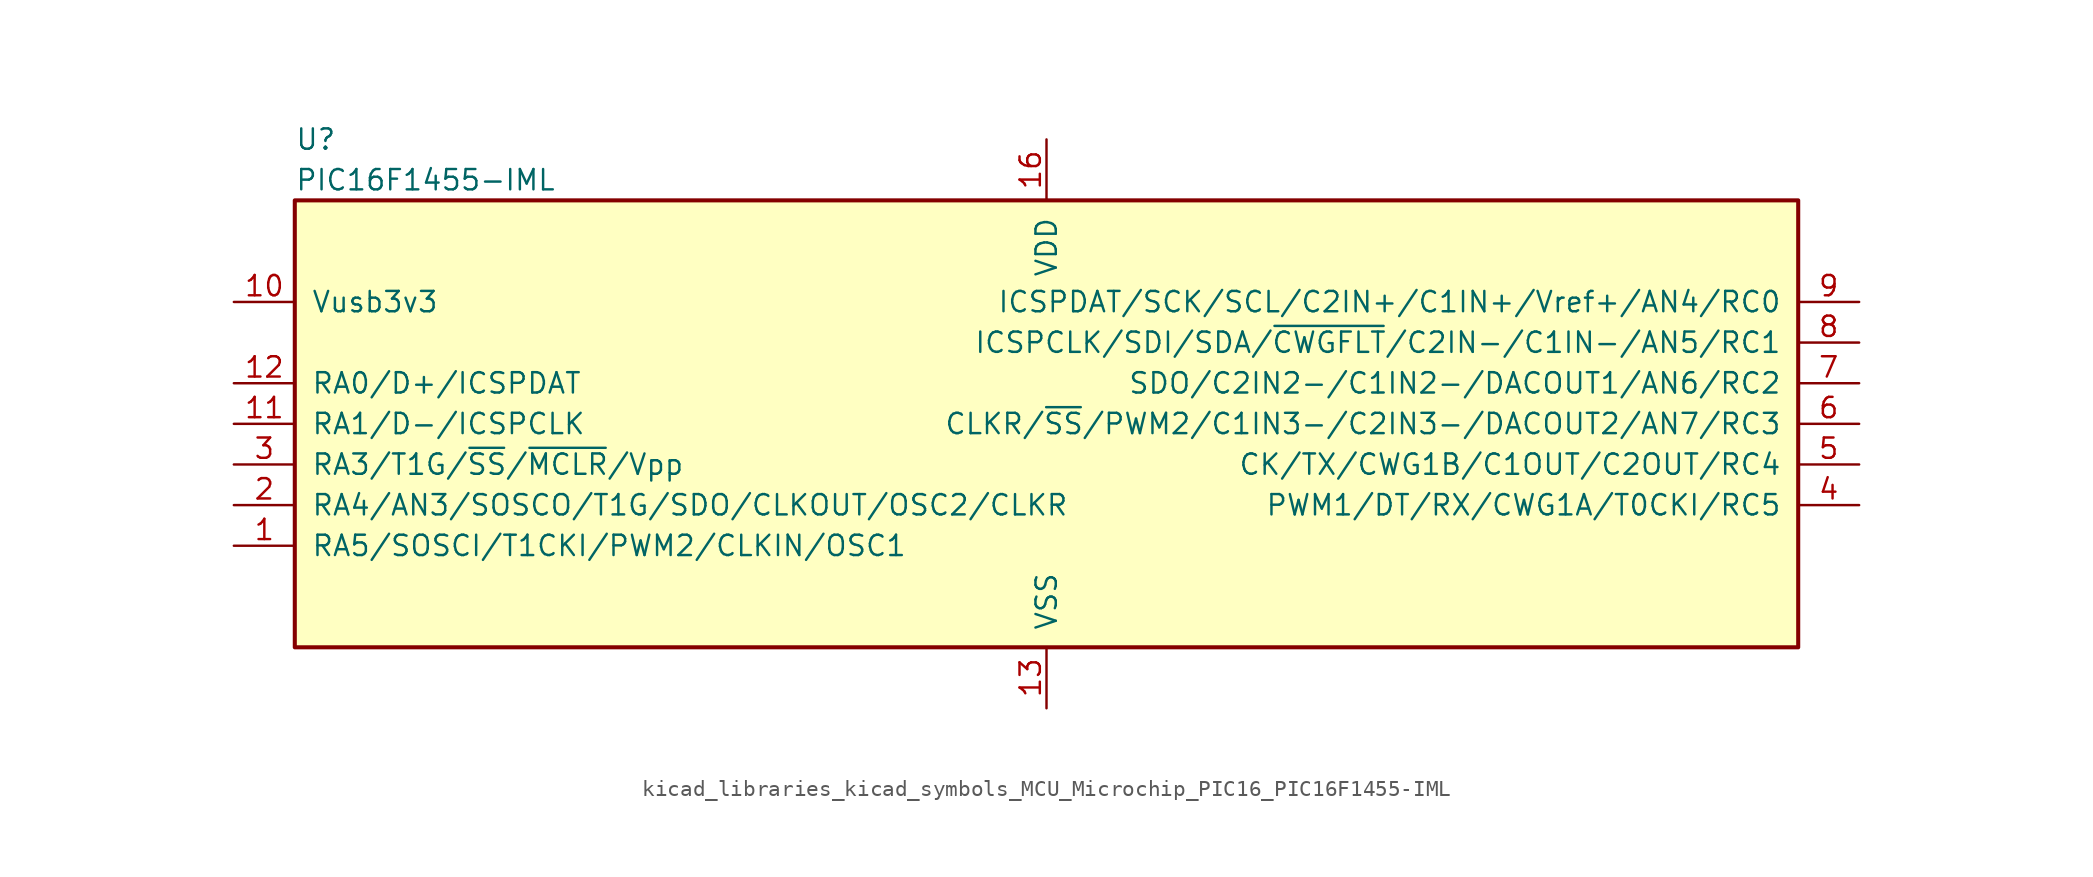
<source format=kicad_sym>
(kicad_symbol_lib
  (version 20220914)
  (generator kicad_symbol_editor)
  (symbol "kicad_libraries_kicad_symbols_MCU_Microchip_PIC16_PIC16F1455-IML"
    (pin_names
      (offset 1.016))
    (property "Reference" "U"
      (at -46.99 17.78 0)
      (effects (font (size 1.27 1.27)) (justify left)))
    (property "Value" "PIC16F1455-IML"
      (at -46.99 15.24 0)
      (effects (font (size 1.27 1.27)) (justify left)))
    (symbol "kicad_libraries_kicad_symbols_MCU_Microchip_PIC16_PIC16F1455-IML_0_1"
      (rectangle (start -46.99 13.97) (end 46.99 -13.97) (stroke (width 0.254) (type default)) (fill (type background))))
    (symbol "kicad_libraries_kicad_symbols_MCU_Microchip_PIC16_PIC16F1455-IML_1_1"
      (pin bidirectional line (at -50.8 -7.62 0) (length 3.81) (name "RA5/SOSCI/T1CKI/PWM2/CLKIN/OSC1" (effects (font (size 1.27 1.27)))) (number "1" (effects (font (size 1.27 1.27)))))
      (pin bidirectional line (at -50.8 7.62 0) (length 3.81) (name "Vusb3v3" (effects (font (size 1.27 1.27)))) (number "10" (effects (font (size 1.27 1.27)))))
      (pin bidirectional line (at -50.8 0 0) (length 3.81) (name "RA1/D-/ICSPCLK" (effects (font (size 1.27 1.27)))) (number "11" (effects (font (size 1.27 1.27)))))
      (pin bidirectional line (at -50.8 2.54 0) (length 3.81) (name "RA0/D+/ICSPDAT" (effects (font (size 1.27 1.27)))) (number "12" (effects (font (size 1.27 1.27)))))
      (pin power_in line (at 0 -17.78 90) (length 3.81) (name "VSS" (effects (font (size 1.27 1.27)))) (number "13" (effects (font (size 1.27 1.27)))))
      (pin power_in line (at 0 17.78 270) (length 3.81) (name "VDD" (effects (font (size 1.27 1.27)))) (number "16" (effects (font (size 1.27 1.27)))))
      (pin bidirectional line (at -50.8 -5.08 0) (length 3.81) (name "RA4/AN3/SOSCO/T1G/SDO/CLKOUT/OSC2/CLKR" (effects (font (size 1.27 1.27)))) (number "2" (effects (font (size 1.27 1.27)))))
      (pin input line (at -50.8 -2.54 0) (length 3.81) (name "RA3/T1G/~{SS}/~{MCLR}/Vpp" (effects (font (size 1.27 1.27)))) (number "3" (effects (font (size 1.27 1.27)))))
      (pin bidirectional line (at 50.8 -5.08 180) (length 3.81) (name "PWM1/DT/RX/CWG1A/T0CKI/RC5" (effects (font (size 1.27 1.27)))) (number "4" (effects (font (size 1.27 1.27)))))
      (pin bidirectional line (at 50.8 -2.54 180) (length 3.81) (name "CK/TX/CWG1B/C1OUT/C2OUT/RC4" (effects (font (size 1.27 1.27)))) (number "5" (effects (font (size 1.27 1.27)))))
      (pin bidirectional line (at 50.8 0 180) (length 3.81) (name "CLKR/~{SS}/PWM2/C1IN3-/C2IN3-/DACOUT2/AN7/RC3" (effects (font (size 1.27 1.27)))) (number "6" (effects (font (size 1.27 1.27)))))
      (pin bidirectional line (at 50.8 2.54 180) (length 3.81) (name "SDO/C2IN2-/C1IN2-/DACOUT1/AN6/RC2" (effects (font (size 1.27 1.27)))) (number "7" (effects (font (size 1.27 1.27)))))
      (pin bidirectional line (at 50.8 5.08 180) (length 3.81) (name "ICSPCLK/SDI/SDA/~{CWGFLT}/C2IN-/C1IN-/AN5/RC1" (effects (font (size 1.27 1.27)))) (number "8" (effects (font (size 1.27 1.27)))))
      (pin bidirectional line (at 50.8 7.62 180) (length 3.81) (name "ICSPDAT/SCK/SCL/C2IN+/C1IN+/Vref+/AN4/RC0" (effects (font (size 1.27 1.27)))) (number "9" (effects (font (size 1.27 1.27))))))))
</source>
